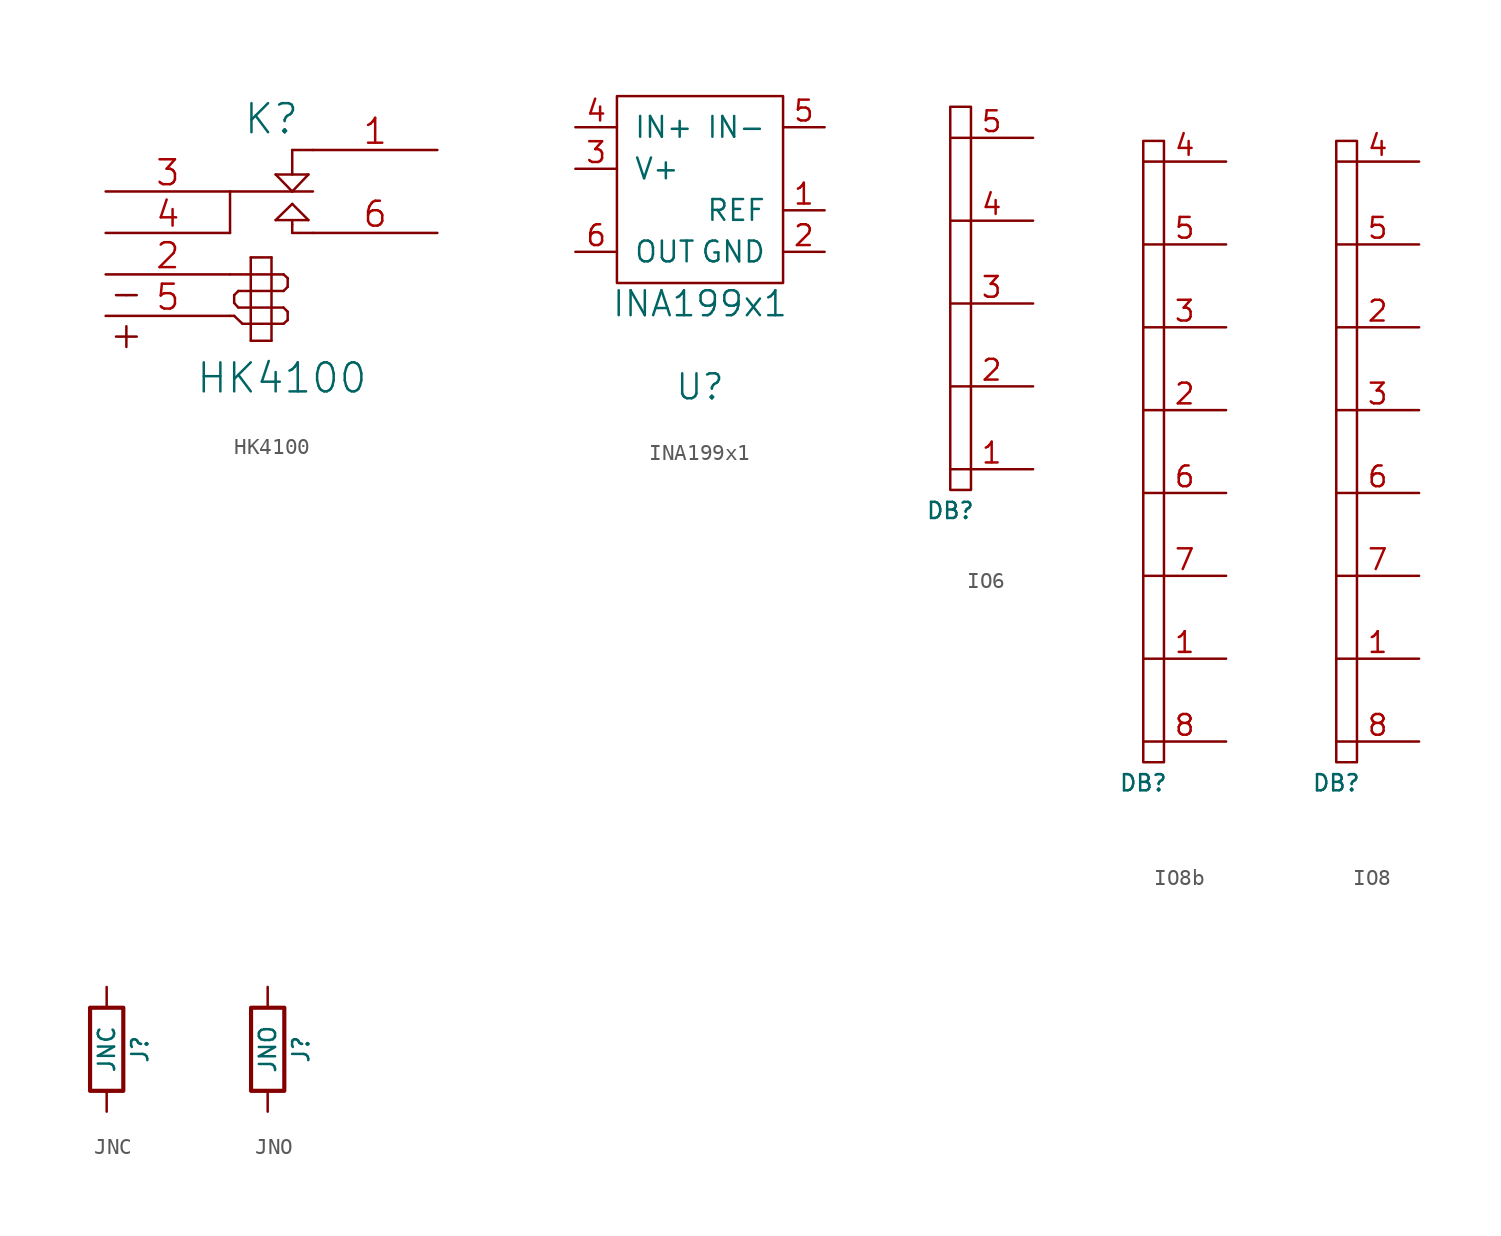
<source format=kicad_sym>
(kicad_symbol_lib
  (version 20210619)
  (generator kicad_symbol_editor)
  (symbol "hermeslite:HK4100"
    (pin_names
      (offset 1.016) hide)
    (property "Reference" "K"
      (at 0 3.175 0)
      (effects (font (size 1.778 1.778))))
    (property "Value" "HK4100"
      (at 0.635 -12.7 0)
      (effects (font (size 1.778 1.778))))
    (property "Footprint" ""
      (at 0 0 0)
      (effects (font (size 1.524 1.524))))
    (property "Datasheet" ""
      (at 0 0 0)
      (effects (font (size 1.524 1.524))))
    (symbol "HK4100_0_1"
      (polyline (pts (xy -9.525 -10.16) (xy -8.255 -10.16)) (stroke (width 0)) (fill (type none)))
      (polyline (pts (xy -9.525 -7.62) (xy -8.89 -7.62)) (stroke (width 0)) (fill (type none)))
      (polyline (pts (xy -8.89 -9.525) (xy -8.89 -10.795)) (stroke (width 0)) (fill (type none)))
      (polyline (pts (xy -8.89 -7.62) (xy -8.255 -7.62)) (stroke (width 0)) (fill (type none)))
      (polyline (pts (xy -2.54 -8.89) (xy -2.286 -8.89)) (stroke (width 0)) (fill (type none)))
      (polyline (pts (xy -2.54 -6.35) (xy -1.27 -6.35)) (stroke (width 0)) (fill (type none)))
      (polyline (pts (xy -2.54 -3.81) (xy -2.54 -1.27)) (stroke (width 0)) (fill (type none)))
      (polyline (pts (xy -2.54 -1.27) (xy 1.27 -1.27)) (stroke (width 0)) (fill (type none)))
      (polyline (pts (xy -2.286 -8.89) (xy -1.778 -9.373)) (stroke (width 0)) (fill (type none)))
      (polyline (pts (xy -2.286 -8.103) (xy -2.286 -7.62)) (stroke (width 0)) (fill (type none)))
      (polyline (pts (xy -2.032 -8.382) (xy -2.286 -8.103)) (stroke (width 0)) (fill (type none)))
      (polyline (pts (xy -2.032 -7.366) (xy -2.286 -7.62)) (stroke (width 0)) (fill (type none)))
      (polyline (pts (xy -1.778 -9.373) (xy -1.27 -9.373)) (stroke (width 0)) (fill (type none)))
      (polyline (pts (xy -1.27 -10.414) (xy -1.27 -5.309)) (stroke (width 0)) (fill (type none)))
      (polyline (pts (xy -1.27 -8.382) (xy -2.032 -8.382)) (stroke (width 0)) (fill (type none)))
      (polyline (pts (xy -1.27 -8.382) (xy 0 -8.382)) (stroke (width 0)) (fill (type none)))
      (polyline (pts (xy -1.27 -7.366) (xy -2.032 -7.366)) (stroke (width 0)) (fill (type none)))
      (polyline (pts (xy -1.27 -6.35) (xy 0 -6.35)) (stroke (width 0)) (fill (type none)))
      (polyline (pts (xy -1.27 -5.309) (xy 0 -5.309)) (stroke (width 0)) (fill (type none)))
      (polyline (pts (xy 0 -10.414) (xy -1.27 -10.414)) (stroke (width 0)) (fill (type none)))
      (polyline (pts (xy 0 -9.373) (xy -1.27 -9.373)) (stroke (width 0)) (fill (type none)))
      (polyline (pts (xy 0 -9.373) (xy 0.737 -9.373)) (stroke (width 0)) (fill (type none)))
      (polyline (pts (xy 0 -8.382) (xy 0.737 -8.382)) (stroke (width 0)) (fill (type none)))
      (polyline (pts (xy 0 -7.366) (xy -1.27 -7.366)) (stroke (width 0)) (fill (type none)))
      (polyline (pts (xy 0 -7.366) (xy 0.737 -7.366)) (stroke (width 0)) (fill (type none)))
      (polyline (pts (xy 0 -6.35) (xy 0.737 -6.35)) (stroke (width 0)) (fill (type none)))
      (polyline (pts (xy 0 -5.309) (xy 0 -10.414)) (stroke (width 0)) (fill (type none)))
      (polyline (pts (xy 0.254 -3.023) (xy 2.261 -3.023)) (stroke (width 0)) (fill (type none)))
      (polyline (pts (xy 0.254 -0.229) (xy 2.261 -0.229)) (stroke (width 0)) (fill (type none)))
      (polyline (pts (xy 0.737 -9.373) (xy 0.991 -9.144)) (stroke (width 0)) (fill (type none)))
      (polyline (pts (xy 0.737 -8.382) (xy 0.991 -8.636)) (stroke (width 0)) (fill (type none)))
      (polyline (pts (xy 0.737 -7.366) (xy 0.991 -7.112)) (stroke (width 0)) (fill (type none)))
      (polyline (pts (xy 0.737 -6.35) (xy 0.991 -6.579)) (stroke (width 0)) (fill (type none)))
      (polyline (pts (xy 0.991 -9.144) (xy 0.991 -8.636)) (stroke (width 0)) (fill (type none)))
      (polyline (pts (xy 0.991 -6.579) (xy 0.991 -7.112)) (stroke (width 0)) (fill (type none)))
      (polyline (pts (xy 1.27 -3.81) (xy 1.27 -3.302)) (stroke (width 0)) (fill (type none)))
      (polyline (pts (xy 1.27 -3.302) (xy 1.27 -3.023)) (stroke (width 0)) (fill (type none)))
      (polyline (pts (xy 1.27 -2.032) (xy 0.254 -3.023)) (stroke (width 0)) (fill (type none)))
      (polyline (pts (xy 1.27 -1.27) (xy 0.254 -0.229)) (stroke (width 0)) (fill (type none)))
      (polyline (pts (xy 1.27 -1.27) (xy 2.54 -1.27)) (stroke (width 0)) (fill (type none)))
      (polyline (pts (xy 1.27 1.27) (xy 1.27 -0.229)) (stroke (width 0)) (fill (type none)))
      (polyline (pts (xy 1.27 1.27) (xy 2.54 1.27)) (stroke (width 0)) (fill (type none)))
      (polyline (pts (xy 2.261 -3.023) (xy 1.27 -2.032)) (stroke (width 0)) (fill (type none)))
      (polyline (pts (xy 2.261 -0.229) (xy 1.27 -1.27)) (stroke (width 0)) (fill (type none)))
      (polyline (pts (xy 2.54 -3.81) (xy 1.27 -3.81)) (stroke (width 0)) (fill (type none))))
    (symbol "HK4100_1_1"
      (pin passive line (at 10.16 1.27 180) (length 7.62) (name "1" (effects (font (size 1.524 1.524)))) (number "1" (effects (font (size 1.524 1.524)))))
      (pin input line (at -10.16 -6.35 0) (length 7.62) (name "2" (effects (font (size 1.524 1.524)))) (number "2" (effects (font (size 1.524 1.524)))))
      (pin passive line (at -10.16 -1.27 0) (length 7.62) (name "3" (effects (font (size 1.524 1.524)))) (number "3" (effects (font (size 1.524 1.524)))))
      (pin input line (at -10.16 -3.81 0) (length 7.62) (name "4" (effects (font (size 1.524 1.524)))) (number "4" (effects (font (size 1.524 1.524)))))
      (pin input line (at -10.16 -8.89 0) (length 7.62) (name "5" (effects (font (size 1.524 1.524)))) (number "5" (effects (font (size 1.524 1.524)))))
      (pin passive line (at 10.16 -3.81 180) (length 7.62) (name "6" (effects (font (size 1.524 1.524)))) (number "6" (effects (font (size 1.524 1.524)))))))
  (symbol "hermeslite:INA199x1"
    (pin_names
      (offset 1.016))
    (property "Reference" "U"
      (at 0 -6.35 0)
      (effects (font (size 1.524 1.524))))
    (property "Value" "INA199x1"
      (at 0 -1.27 0)
      (effects (font (size 1.524 1.524))))
    (property "Footprint" ""
      (at 0 0 0)
      (effects (font (size 1.524 1.524))))
    (property "Datasheet" ""
      (at 0 0 0)
      (effects (font (size 1.524 1.524))))
    (symbol "INA199x1_0_0"
      (rectangle (start -5.08 11.43) (end 5.08 0) (stroke (width 0)) (fill (type none))))
    (symbol "INA199x1_1_1"
      (pin input line (at 7.62 4.445 180) (length 2.54) (name "REF" (effects (font (size 1.27 1.27)))) (number "1" (effects (font (size 1.27 1.27)))))
      (pin input line (at 7.62 1.905 180) (length 2.54) (name "GND" (effects (font (size 1.27 1.27)))) (number "2" (effects (font (size 1.27 1.27)))))
      (pin input line (at -7.62 6.985 0) (length 2.54) (name "V+" (effects (font (size 1.27 1.27)))) (number "3" (effects (font (size 1.27 1.27)))))
      (pin input line (at -7.62 9.525 0) (length 2.54) (name "IN+" (effects (font (size 1.27 1.27)))) (number "4" (effects (font (size 1.27 1.27)))))
      (pin input line (at 7.62 9.525 180) (length 2.54) (name "IN-" (effects (font (size 1.27 1.27)))) (number "5" (effects (font (size 1.27 1.27)))))
      (pin input line (at -7.62 1.905 0) (length 2.54) (name "OUT" (effects (font (size 1.27 1.27)))) (number "6" (effects (font (size 1.27 1.27)))))))
  (symbol "hermeslite:IO6"
    (pin_names
      (offset 1.016))
    (property "Reference" "DB"
      (at -2.54 -20.32 0)
      (effects (font (size 0.991 0.991))))
    (property "Footprint" ""
      (at 0 -8.89 0)
      (effects (font (size 1.524 1.524))))
    (property "Datasheet" ""
      (at 0 -8.89 0)
      (effects (font (size 1.524 1.524))))
    (symbol "IO6_0_1"
      (rectangle (start -2.54 4.445) (end -1.27 -19.05) (stroke (width 0)) (fill (type none))))
    (symbol "IO6_1_1"
      (pin input line (at 2.54 -17.78 180) (length 5.08) (name "~" (effects (font (size 1.27 1.27)))) (number "1" (effects (font (size 1.27 1.27)))))
      (pin input line (at 2.54 -12.7 180) (length 5.08) (name "~" (effects (font (size 1.27 1.27)))) (number "2" (effects (font (size 1.27 1.27)))))
      (pin input line (at 2.54 -7.62 180) (length 5.08) (name "~" (effects (font (size 1.27 1.27)))) (number "3" (effects (font (size 1.27 1.27)))))
      (pin input line (at 2.54 -2.54 180) (length 5.08) (name "~" (effects (font (size 1.27 1.27)))) (number "4" (effects (font (size 1.27 1.27)))))
      (pin input line (at 2.54 2.54 180) (length 5.08) (name "~" (effects (font (size 1.27 1.27)))) (number "5" (effects (font (size 1.27 1.27)))))))
  (symbol "hermeslite:IO8b"
    (pin_names
      (offset 1.016))
    (property "Reference" "DB"
      (at -2.54 -20.32 0)
      (effects (font (size 0.991 0.991))))
    (property "Footprint" ""
      (at 0 -8.89 0)
      (effects (font (size 1.524 1.524))))
    (property "Datasheet" ""
      (at 0 -8.89 0)
      (effects (font (size 1.524 1.524))))
    (symbol "IO8b_0_1"
      (rectangle (start -2.54 19.05) (end -1.27 -19.05) (stroke (width 0)) (fill (type none))))
    (symbol "IO8b_1_1"
      (pin input line (at 2.54 -12.7 180) (length 5.08) (name "~" (effects (font (size 1.27 1.27)))) (number "1" (effects (font (size 1.27 1.27)))))
      (pin input line (at 2.54 2.54 180) (length 5.08) (name "~" (effects (font (size 1.27 1.27)))) (number "2" (effects (font (size 1.27 1.27)))))
      (pin input line (at 2.54 7.62 180) (length 5.08) (name "~" (effects (font (size 1.27 1.27)))) (number "3" (effects (font (size 1.27 1.27)))))
      (pin input line (at 2.54 17.78 180) (length 5.08) (name "~" (effects (font (size 1.27 1.27)))) (number "4" (effects (font (size 1.27 1.27)))))
      (pin input line (at 2.54 12.7 180) (length 5.08) (name "~" (effects (font (size 1.27 1.27)))) (number "5" (effects (font (size 1.27 1.27)))))
      (pin input line (at 2.54 -2.54 180) (length 5.08) (name "~" (effects (font (size 1.27 1.27)))) (number "6" (effects (font (size 1.27 1.27)))))
      (pin input line (at 2.54 -7.62 180) (length 5.08) (name "~" (effects (font (size 1.27 1.27)))) (number "7" (effects (font (size 1.27 1.27)))))
      (pin input line (at 2.54 -17.78 180) (length 5.08) (name "~" (effects (font (size 1.27 1.27)))) (number "8" (effects (font (size 1.27 1.27)))))))
  (symbol "hermeslite:IO8"
    (pin_names
      (offset 1.016))
    (property "Reference" "DB"
      (at -2.54 -20.32 0)
      (effects (font (size 0.991 0.991))))
    (property "Footprint" ""
      (at 0 -8.89 0)
      (effects (font (size 1.524 1.524))))
    (property "Datasheet" ""
      (at 0 -8.89 0)
      (effects (font (size 1.524 1.524))))
    (symbol "IO8_0_1"
      (rectangle (start -2.54 19.05) (end -1.27 -19.05) (stroke (width 0)) (fill (type none))))
    (symbol "IO8_1_1"
      (pin input line (at 2.54 -12.7 180) (length 5.08) (name "~" (effects (font (size 1.27 1.27)))) (number "1" (effects (font (size 1.27 1.27)))))
      (pin input line (at 2.54 7.62 180) (length 5.08) (name "~" (effects (font (size 1.27 1.27)))) (number "2" (effects (font (size 1.27 1.27)))))
      (pin input line (at 2.54 2.54 180) (length 5.08) (name "~" (effects (font (size 1.27 1.27)))) (number "3" (effects (font (size 1.27 1.27)))))
      (pin input line (at 2.54 17.78 180) (length 5.08) (name "~" (effects (font (size 1.27 1.27)))) (number "4" (effects (font (size 1.27 1.27)))))
      (pin input line (at 2.54 12.7 180) (length 5.08) (name "~" (effects (font (size 1.27 1.27)))) (number "5" (effects (font (size 1.27 1.27)))))
      (pin input line (at 2.54 -2.54 180) (length 5.08) (name "~" (effects (font (size 1.27 1.27)))) (number "6" (effects (font (size 1.27 1.27)))))
      (pin input line (at 2.54 -7.62 180) (length 5.08) (name "~" (effects (font (size 1.27 1.27)))) (number "7" (effects (font (size 1.27 1.27)))))
      (pin input line (at 2.54 -17.78 180) (length 5.08) (name "~" (effects (font (size 1.27 1.27)))) (number "8" (effects (font (size 1.27 1.27)))))))
  (symbol "hermeslite:JNC"
    (pin_numbers hide)
    (pin_names
      (offset 0))
    (property "Reference" "J"
      (at 2.032 0 90)
      (effects (font (size 0.991 0.991))))
    (property "Value" "JNC"
      (at 0 0 90)
      (effects (font (size 0.991 0.991))))
    (property "Footprint" ""
      (at -1.778 0 90)
      (effects (font (size 1.27 1.27))))
    (property "Datasheet" ""
      (at 0 0 0)
      (effects (font (size 1.27 1.27))))
    (symbol "JNC_0_1"
      (rectangle (start -1.016 -2.54) (end 1.016 2.54) (stroke (width 0.254)) (fill (type none))))
    (symbol "JNC_1_1"
      (pin passive line (at 0 -3.81 90) (length 1.27) (name "~" (effects (font (size 1.27 1.27)))) (number "1" (effects (font (size 1.27 1.27)))))
      (pin passive line (at 0 3.81 270) (length 1.27) (name "~" (effects (font (size 1.27 1.27)))) (number "2" (effects (font (size 1.27 1.27)))))))
  (symbol "hermeslite:JNO"
    (pin_numbers hide)
    (pin_names
      (offset 0))
    (property "Reference" "J"
      (at 2.032 0 90)
      (effects (font (size 0.991 0.991))))
    (property "Value" "JNO"
      (at 0 0 90)
      (effects (font (size 0.991 0.991))))
    (property "Footprint" ""
      (at -1.778 0 90)
      (effects (font (size 1.27 1.27))))
    (property "Datasheet" ""
      (at 0 0 0)
      (effects (font (size 1.27 1.27))))
    (symbol "JNO_0_1"
      (rectangle (start -1.016 -2.54) (end 1.016 2.54) (stroke (width 0.254)) (fill (type none))))
    (symbol "JNO_1_1"
      (pin passive line (at 0 3.81 270) (length 1.27) (name "~" (effects (font (size 1.27 1.27)))) (number "1" (effects (font (size 1.27 1.27)))))
      (pin passive line (at 0 -3.81 90) (length 1.27) (name "~" (effects (font (size 1.27 1.27)))) (number "2" (effects (font (size 1.27 1.27))))))))
</source>
